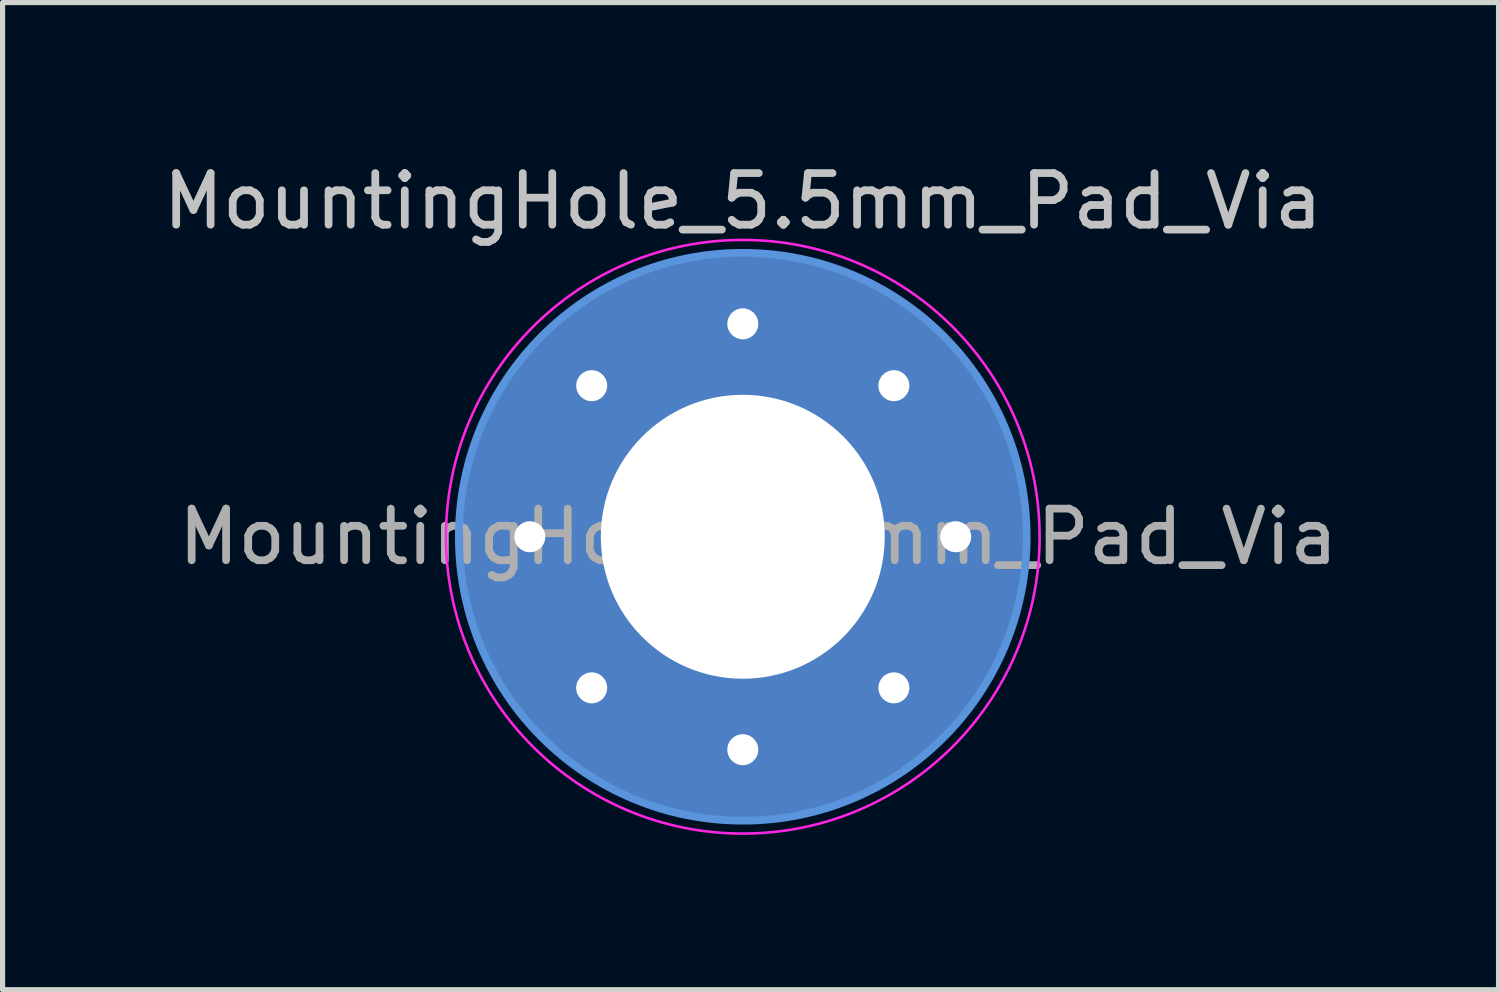
<source format=kicad_pcb>
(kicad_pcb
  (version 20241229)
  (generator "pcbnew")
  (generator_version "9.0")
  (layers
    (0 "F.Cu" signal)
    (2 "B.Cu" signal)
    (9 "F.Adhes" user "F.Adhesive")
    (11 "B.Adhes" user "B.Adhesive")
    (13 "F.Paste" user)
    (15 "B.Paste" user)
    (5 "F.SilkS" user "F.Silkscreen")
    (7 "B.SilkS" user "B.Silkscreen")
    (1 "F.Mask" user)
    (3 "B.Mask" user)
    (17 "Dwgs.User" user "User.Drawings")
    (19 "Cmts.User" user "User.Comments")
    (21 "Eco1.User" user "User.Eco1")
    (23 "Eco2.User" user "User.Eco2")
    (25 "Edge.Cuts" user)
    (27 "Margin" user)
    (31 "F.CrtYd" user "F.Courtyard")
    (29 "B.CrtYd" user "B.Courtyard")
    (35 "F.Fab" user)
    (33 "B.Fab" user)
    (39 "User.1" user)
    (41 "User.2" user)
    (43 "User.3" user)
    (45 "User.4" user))
  (footprint "MountingHole_5.5mm_Pad_Via"
    (layer "F.Cu")
    (at 11.339 7.348)
    (property "Reference" "MountingHole_5.5mm_Pad_Via" (at 0 -6.5 0) (layer "Dwgs.User") (effects (font (size 1 1) (thickness 0.15))))
    (attr exclude_from_pos_files exclude_from_bom)
    (fp_circle (center 0 0) (end 5.5 0) (stroke (width 0.15) (type solid)) (fill no) (layer "Cmts.User"))
    (fp_circle (center 0 0) (end 5.75 0) (stroke (width 0.05) (type solid)) (fill no) (layer "F.CrtYd"))
    (fp_text user "${REFERENCE}" (at 0.3 0 0) (layer "F.Fab") (effects (font (size 1 1) (thickness 0.15))))
    (pad "1" thru_hole circle (at -4.125 0) (size 0.9 0.9) (drill 0.6) (layers "*.Cu" "F.Mask"))
    (pad "1" thru_hole circle (at -2.927 -2.927) (size 0.9 0.9) (drill 0.6) (layers "*.Cu" "F.Mask"))
    (pad "1" thru_hole circle (at -2.927 2.927) (size 0.9 0.9) (drill 0.6) (layers "*.Cu" "F.Mask"))
    (pad "1" thru_hole circle (at 0 -4.125) (size 0.9 0.9) (drill 0.6) (layers "*.Cu" "F.Mask"))
    (pad "1" thru_hole circle (at 0 0) (size 11 11) (drill 5.5) (layers "*.Cu" "F.Mask"))
    (pad "1" thru_hole circle (at 0 4.125) (size 0.9 0.9) (drill 0.6) (layers "*.Cu" "F.Mask"))
    (pad "1" thru_hole circle (at 2.927 -2.927) (size 0.9 0.9) (drill 0.6) (layers "*.Cu" "F.Mask"))
    (pad "1" thru_hole circle (at 2.927 2.927) (size 0.9 0.9) (drill 0.6) (layers "*.Cu" "F.Mask"))
    (pad "1" thru_hole circle (at 4.125 0) (size 0.9 0.9) (drill 0.6) (layers "*.Cu" "F.Mask")))
  (gr_rect
    (start -3 -3)
    (end 25.979 16.123)
    (stroke (width 0.1) (type default))
    (fill no)
    (layer "Edge.Cuts")))
</source>
